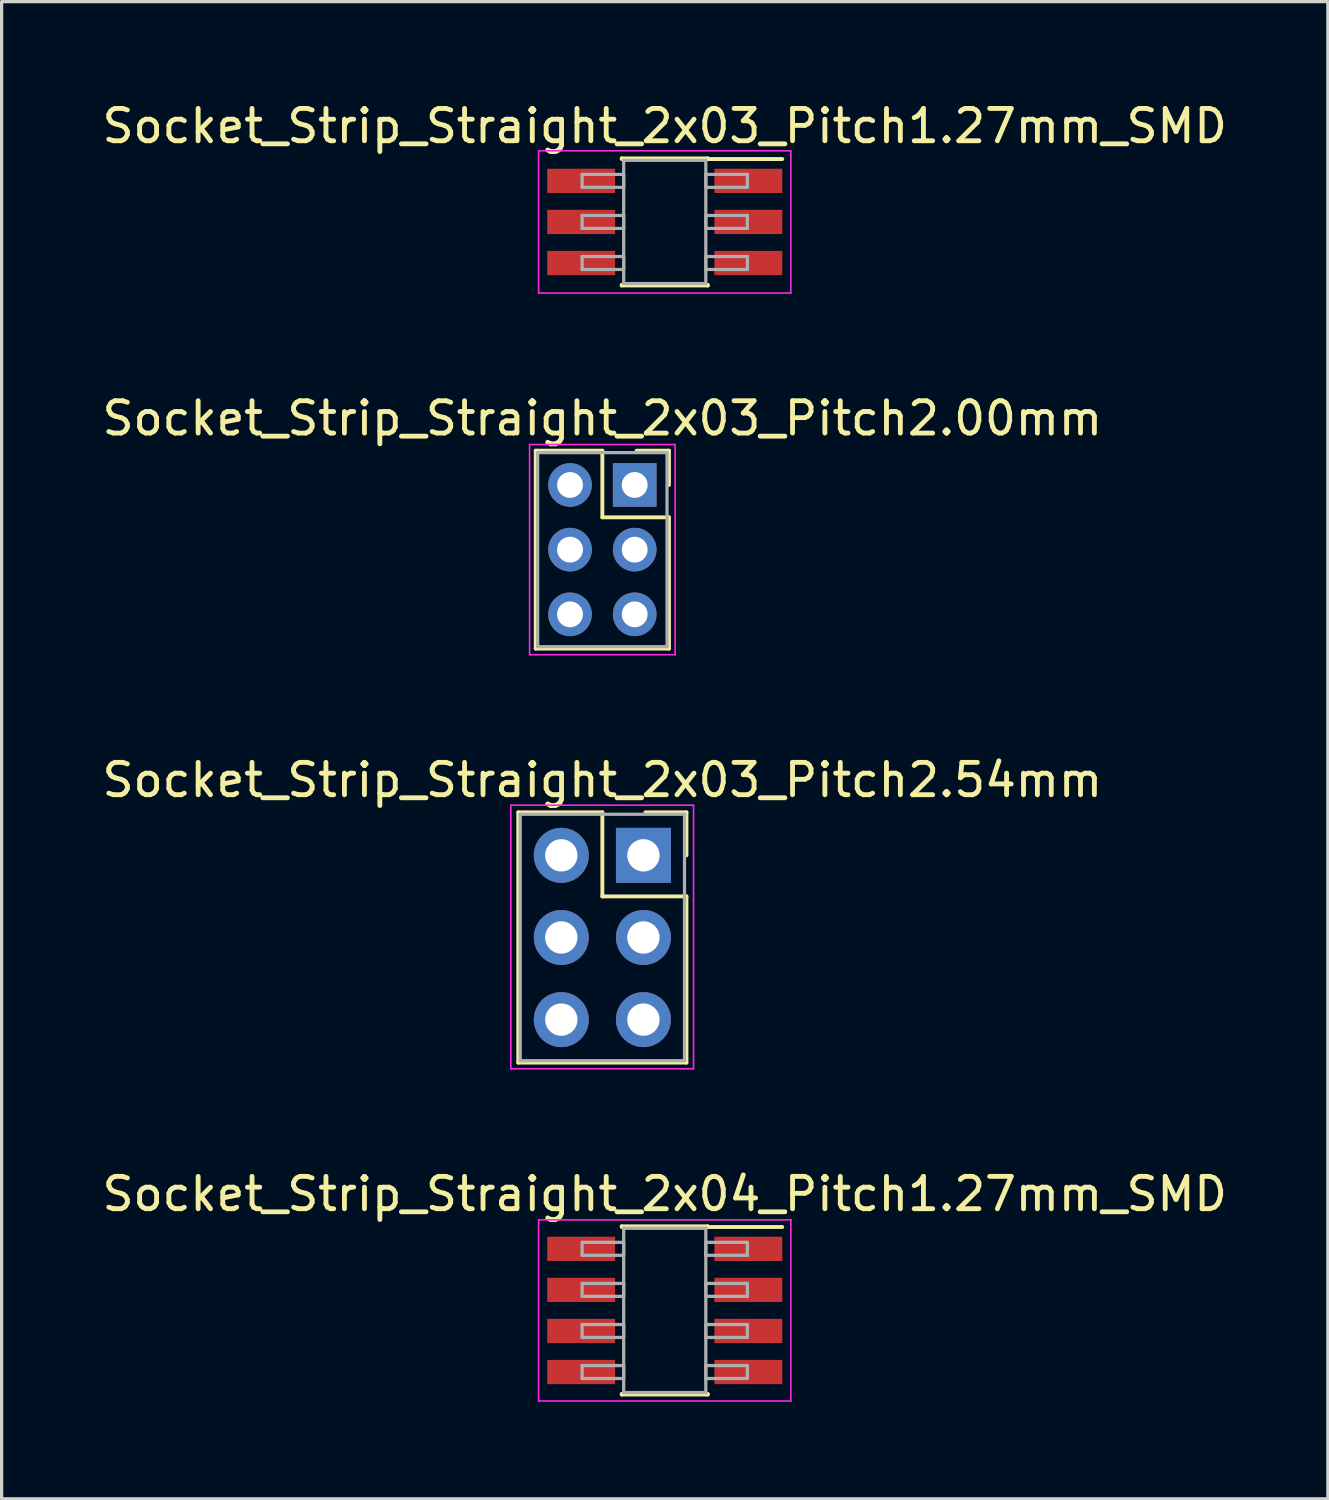
<source format=kicad_pcb>
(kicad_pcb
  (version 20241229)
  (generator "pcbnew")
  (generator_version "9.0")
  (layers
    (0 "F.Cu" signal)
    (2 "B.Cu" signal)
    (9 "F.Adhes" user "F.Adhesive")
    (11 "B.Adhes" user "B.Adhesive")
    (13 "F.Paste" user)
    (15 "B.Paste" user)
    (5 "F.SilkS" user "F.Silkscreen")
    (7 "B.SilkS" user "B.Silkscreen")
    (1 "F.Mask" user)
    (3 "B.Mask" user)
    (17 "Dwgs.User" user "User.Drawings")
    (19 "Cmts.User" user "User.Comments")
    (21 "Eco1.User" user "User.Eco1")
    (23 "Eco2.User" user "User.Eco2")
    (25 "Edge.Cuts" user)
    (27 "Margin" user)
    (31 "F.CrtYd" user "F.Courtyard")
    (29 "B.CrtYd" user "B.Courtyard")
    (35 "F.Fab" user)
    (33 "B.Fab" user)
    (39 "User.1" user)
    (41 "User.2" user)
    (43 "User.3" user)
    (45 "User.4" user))
  (footprint "Socket_Strip_Straight_2x03_Pitch1.27mm_SMD"
    (layer "F.Cu")
    (at 17.506 3.813)
    (property "Reference" "Socket_Strip_Straight_2x03_Pitch1.27mm_SMD" (at 0 -2.965 0) (layer "F.SilkS") (effects (font (size 1 1) (thickness 0.15))))
    (attr smd)
    (fp_line (start -1.33 -1.965) (end 1.33 -1.965) (stroke (width 0.12) (type solid)) (layer "F.SilkS"))
    (fp_line (start -1.33 -1.945) (end -1.33 -1.965) (stroke (width 0.12) (type solid)) (layer "F.SilkS"))
    (fp_line (start -1.33 1.945) (end -1.33 1.965) (stroke (width 0.12) (type solid)) (layer "F.SilkS"))
    (fp_line (start -1.33 1.965) (end 1.33 1.965) (stroke (width 0.12) (type solid)) (layer "F.SilkS"))
    (fp_line (start 1.33 -1.965) (end 1.33 -1.945) (stroke (width 0.12) (type solid)) (layer "F.SilkS"))
    (fp_line (start 1.33 1.965) (end 1.33 1.945) (stroke (width 0.12) (type solid)) (layer "F.SilkS"))
    (fp_line (start 3.635 -1.945) (end 1.33 -1.945) (stroke (width 0.12) (type solid)) (layer "F.SilkS"))
    (fp_line (start -3.9 -2.2) (end -3.9 2.2) (stroke (width 0.05) (type solid)) (layer "F.CrtYd"))
    (fp_line (start -3.9 2.2) (end 3.9 2.2) (stroke (width 0.05) (type solid)) (layer "F.CrtYd"))
    (fp_line (start 3.9 -2.2) (end -3.9 -2.2) (stroke (width 0.05) (type solid)) (layer "F.CrtYd"))
    (fp_line (start 3.9 2.2) (end 3.9 -2.2) (stroke (width 0.05) (type solid)) (layer "F.CrtYd"))
    (fp_line (start -2.555 -1.47) (end -1.27 -1.47) (stroke (width 0.1) (type solid)) (layer "F.Fab"))
    (fp_line (start -2.555 -1.07) (end -2.555 -1.47) (stroke (width 0.1) (type solid)) (layer "F.Fab"))
    (fp_line (start -2.555 -0.2) (end -1.27 -0.2) (stroke (width 0.1) (type solid)) (layer "F.Fab"))
    (fp_line (start -2.555 0.2) (end -2.555 -0.2) (stroke (width 0.1) (type solid)) (layer "F.Fab"))
    (fp_line (start -2.555 1.07) (end -1.27 1.07) (stroke (width 0.1) (type solid)) (layer "F.Fab"))
    (fp_line (start -2.555 1.47) (end -2.555 1.07) (stroke (width 0.1) (type solid)) (layer "F.Fab"))
    (fp_line (start -1.27 -1.905) (end -1.27 1.905) (stroke (width 0.1) (type solid)) (layer "F.Fab"))
    (fp_line (start -1.27 -1.47) (end -1.27 -1.07) (stroke (width 0.1) (type solid)) (layer "F.Fab"))
    (fp_line (start -1.27 -1.07) (end -2.555 -1.07) (stroke (width 0.1) (type solid)) (layer "F.Fab"))
    (fp_line (start -1.27 -0.2) (end -1.27 0.2) (stroke (width 0.1) (type solid)) (layer "F.Fab"))
    (fp_line (start -1.27 0.2) (end -2.555 0.2) (stroke (width 0.1) (type solid)) (layer "F.Fab"))
    (fp_line (start -1.27 1.07) (end -1.27 1.47) (stroke (width 0.1) (type solid)) (layer "F.Fab"))
    (fp_line (start -1.27 1.47) (end -2.555 1.47) (stroke (width 0.1) (type solid)) (layer "F.Fab"))
    (fp_line (start -1.27 1.905) (end 1.27 1.905) (stroke (width 0.1) (type solid)) (layer "F.Fab"))
    (fp_line (start 1.27 -1.905) (end -1.27 -1.905) (stroke (width 0.1) (type solid)) (layer "F.Fab"))
    (fp_line (start 1.27 -1.47) (end 1.27 -1.07) (stroke (width 0.1) (type solid)) (layer "F.Fab"))
    (fp_line (start 1.27 -1.07) (end 2.555 -1.07) (stroke (width 0.1) (type solid)) (layer "F.Fab"))
    (fp_line (start 1.27 -0.2) (end 1.27 0.2) (stroke (width 0.1) (type solid)) (layer "F.Fab"))
    (fp_line (start 1.27 0.2) (end 2.555 0.2) (stroke (width 0.1) (type solid)) (layer "F.Fab"))
    (fp_line (start 1.27 1.07) (end 1.27 1.47) (stroke (width 0.1) (type solid)) (layer "F.Fab"))
    (fp_line (start 1.27 1.47) (end 2.555 1.47) (stroke (width 0.1) (type solid)) (layer "F.Fab"))
    (fp_line (start 1.27 1.905) (end 1.27 -1.905) (stroke (width 0.1) (type solid)) (layer "F.Fab"))
    (fp_line (start 2.555 -1.47) (end 1.27 -1.47) (stroke (width 0.1) (type solid)) (layer "F.Fab"))
    (fp_line (start 2.555 -1.07) (end 2.555 -1.47) (stroke (width 0.1) (type solid)) (layer "F.Fab"))
    (fp_line (start 2.555 -0.2) (end 1.27 -0.2) (stroke (width 0.1) (type solid)) (layer "F.Fab"))
    (fp_line (start 2.555 0.2) (end 2.555 -0.2) (stroke (width 0.1) (type solid)) (layer "F.Fab"))
    (fp_line (start 2.555 1.07) (end 1.27 1.07) (stroke (width 0.1) (type solid)) (layer "F.Fab"))
    (fp_line (start 2.555 1.47) (end 2.555 1.07) (stroke (width 0.1) (type solid)) (layer "F.Fab"))
    (pad "1" smd rect (at 2.585 -1.27) (size 2.1 0.75) (layers "F.Cu" "F.Mask"))
    (pad "2" smd rect (at -2.585 -1.27) (size 2.1 0.75) (layers "F.Cu" "F.Mask"))
    (pad "3" smd rect (at 2.585 0) (size 2.1 0.75) (layers "F.Cu" "F.Mask"))
    (pad "4" smd rect (at -2.585 0) (size 2.1 0.75) (layers "F.Cu" "F.Mask"))
    (pad "5" smd rect (at 2.585 1.27) (size 2.1 0.75) (layers "F.Cu" "F.Mask"))
    (pad "6" smd rect (at -2.585 1.27) (size 2.1 0.75) (layers "F.Cu" "F.Mask")))
  (footprint "Socket_Strip_Straight_2x03_Pitch2.00mm"
    (layer "F.Cu")
    (at 16.577 11.947)
    (property "Reference" "Socket_Strip_Straight_2x03_Pitch2.00mm" (at -1 -2.06 0) (layer "F.SilkS") (effects (font (size 1 1) (thickness 0.15))))
    (attr through_hole)
    (fp_line (start -3.06 -1.06) (end -1 -1.06) (stroke (width 0.12) (type solid)) (layer "F.SilkS"))
    (fp_line (start -3.06 5.06) (end -3.06 -1.06) (stroke (width 0.12) (type solid)) (layer "F.SilkS"))
    (fp_line (start -1 -1.06) (end -1 1) (stroke (width 0.12) (type solid)) (layer "F.SilkS"))
    (fp_line (start -1 1) (end 1.06 1) (stroke (width 0.12) (type solid)) (layer "F.SilkS"))
    (fp_line (start 1.06 -1.06) (end 0.06 -1.06) (stroke (width 0.12) (type solid)) (layer "F.SilkS"))
    (fp_line (start 1.06 0) (end 1.06 -1.06) (stroke (width 0.12) (type solid)) (layer "F.SilkS"))
    (fp_line (start 1.06 1) (end 1.06 5.06) (stroke (width 0.12) (type solid)) (layer "F.SilkS"))
    (fp_line (start 1.06 5.06) (end -3.06 5.06) (stroke (width 0.12) (type solid)) (layer "F.SilkS"))
    (fp_line (start -3.25 -1.25) (end -3.25 5.25) (stroke (width 0.05) (type solid)) (layer "F.CrtYd"))
    (fp_line (start -3.25 5.25) (end 1.25 5.25) (stroke (width 0.05) (type solid)) (layer "F.CrtYd"))
    (fp_line (start 1.25 -1.25) (end -3.25 -1.25) (stroke (width 0.05) (type solid)) (layer "F.CrtYd"))
    (fp_line (start 1.25 5.25) (end 1.25 -1.25) (stroke (width 0.05) (type solid)) (layer "F.CrtYd"))
    (fp_line (start -3 -1) (end -3 5) (stroke (width 0.1) (type solid)) (layer "F.Fab"))
    (fp_line (start -3 5) (end 1 5) (stroke (width 0.1) (type solid)) (layer "F.Fab"))
    (fp_line (start 1 -1) (end -3 -1) (stroke (width 0.1) (type solid)) (layer "F.Fab"))
    (fp_line (start 1 5) (end 1 -1) (stroke (width 0.1) (type solid)) (layer "F.Fab"))
    (pad "1" thru_hole rect (at 0 0) (size 1.35 1.35) (drill 0.8) (layers "*.Cu" "*.Mask"))
    (pad "2" thru_hole oval (at -2 0) (size 1.35 1.35) (drill 0.8) (layers "*.Cu" "*.Mask"))
    (pad "3" thru_hole oval (at 0 2) (size 1.35 1.35) (drill 0.8) (layers "*.Cu" "*.Mask"))
    (pad "4" thru_hole oval (at -2 2) (size 1.35 1.35) (drill 0.8) (layers "*.Cu" "*.Mask"))
    (pad "5" thru_hole oval (at 0 4) (size 1.35 1.35) (drill 0.8) (layers "*.Cu" "*.Mask"))
    (pad "6" thru_hole oval (at -2 4) (size 1.35 1.35) (drill 0.8) (layers "*.Cu" "*.Mask")))
  (footprint "Socket_Strip_Straight_2x03_Pitch2.54mm"
    (layer "F.Cu")
    (at 16.847 23.4)
    (property "Reference" "Socket_Strip_Straight_2x03_Pitch2.54mm" (at -1.27 -2.33 0) (layer "F.SilkS") (effects (font (size 1 1) (thickness 0.15))))
    (attr through_hole)
    (fp_line (start -3.87 -1.33) (end -1.27 -1.33) (stroke (width 0.12) (type solid)) (layer "F.SilkS"))
    (fp_line (start -3.87 6.41) (end -3.87 -1.33) (stroke (width 0.12) (type solid)) (layer "F.SilkS"))
    (fp_line (start -1.27 -1.33) (end -1.27 1.27) (stroke (width 0.12) (type solid)) (layer "F.SilkS"))
    (fp_line (start -1.27 1.27) (end 1.33 1.27) (stroke (width 0.12) (type solid)) (layer "F.SilkS"))
    (fp_line (start 1.33 -1.33) (end 0.06 -1.33) (stroke (width 0.12) (type solid)) (layer "F.SilkS"))
    (fp_line (start 1.33 0) (end 1.33 -1.33) (stroke (width 0.12) (type solid)) (layer "F.SilkS"))
    (fp_line (start 1.33 1.27) (end 1.33 6.41) (stroke (width 0.12) (type solid)) (layer "F.SilkS"))
    (fp_line (start 1.33 6.41) (end -3.87 6.41) (stroke (width 0.12) (type solid)) (layer "F.SilkS"))
    (fp_line (start -4.1 -1.55) (end -4.1 6.6) (stroke (width 0.05) (type solid)) (layer "F.CrtYd"))
    (fp_line (start -4.1 6.6) (end 1.55 6.6) (stroke (width 0.05) (type solid)) (layer "F.CrtYd"))
    (fp_line (start 1.55 -1.55) (end -4.1 -1.55) (stroke (width 0.05) (type solid)) (layer "F.CrtYd"))
    (fp_line (start 1.55 6.6) (end 1.55 -1.55) (stroke (width 0.05) (type solid)) (layer "F.CrtYd"))
    (fp_line (start -3.81 -1.27) (end -3.81 6.35) (stroke (width 0.1) (type solid)) (layer "F.Fab"))
    (fp_line (start -3.81 6.35) (end 1.27 6.35) (stroke (width 0.1) (type solid)) (layer "F.Fab"))
    (fp_line (start 1.27 -1.27) (end -3.81 -1.27) (stroke (width 0.1) (type solid)) (layer "F.Fab"))
    (fp_line (start 1.27 6.35) (end 1.27 -1.27) (stroke (width 0.1) (type solid)) (layer "F.Fab"))
    (pad "1" thru_hole rect (at 0 0) (size 1.7 1.7) (drill 1) (layers "*.Cu" "*.Mask"))
    (pad "2" thru_hole oval (at -2.54 0) (size 1.7 1.7) (drill 1) (layers "*.Cu" "*.Mask"))
    (pad "3" thru_hole oval (at 0 2.54) (size 1.7 1.7) (drill 1) (layers "*.Cu" "*.Mask"))
    (pad "4" thru_hole oval (at -2.54 2.54) (size 1.7 1.7) (drill 1) (layers "*.Cu" "*.Mask"))
    (pad "5" thru_hole oval (at 0 5.08) (size 1.7 1.7) (drill 1) (layers "*.Cu" "*.Mask"))
    (pad "6" thru_hole oval (at -2.54 5.08) (size 1.7 1.7) (drill 1) (layers "*.Cu" "*.Mask")))
  (footprint "Socket_Strip_Straight_2x04_Pitch1.27mm_SMD"
    (layer "F.Cu")
    (at 17.506 37.473)
    (property "Reference" "Socket_Strip_Straight_2x04_Pitch1.27mm_SMD" (at 0 -3.6 0) (layer "F.SilkS") (effects (font (size 1 1) (thickness 0.15))))
    (attr smd)
    (fp_line (start -1.33 -2.6) (end 1.33 -2.6) (stroke (width 0.12) (type solid)) (layer "F.SilkS"))
    (fp_line (start -1.33 -2.58) (end -1.33 -2.6) (stroke (width 0.12) (type solid)) (layer "F.SilkS"))
    (fp_line (start -1.33 2.58) (end -1.33 2.6) (stroke (width 0.12) (type solid)) (layer "F.SilkS"))
    (fp_line (start -1.33 2.6) (end 1.33 2.6) (stroke (width 0.12) (type solid)) (layer "F.SilkS"))
    (fp_line (start 1.33 -2.6) (end 1.33 -2.58) (stroke (width 0.12) (type solid)) (layer "F.SilkS"))
    (fp_line (start 1.33 2.6) (end 1.33 2.58) (stroke (width 0.12) (type solid)) (layer "F.SilkS"))
    (fp_line (start 3.635 -2.58) (end 1.33 -2.58) (stroke (width 0.12) (type solid)) (layer "F.SilkS"))
    (fp_line (start -3.9 -2.8) (end -3.9 2.8) (stroke (width 0.05) (type solid)) (layer "F.CrtYd"))
    (fp_line (start -3.9 2.8) (end 3.9 2.8) (stroke (width 0.05) (type solid)) (layer "F.CrtYd"))
    (fp_line (start 3.9 -2.8) (end -3.9 -2.8) (stroke (width 0.05) (type solid)) (layer "F.CrtYd"))
    (fp_line (start 3.9 2.8) (end 3.9 -2.8) (stroke (width 0.05) (type solid)) (layer "F.CrtYd"))
    (fp_line (start -2.555 -2.105) (end -1.27 -2.105) (stroke (width 0.1) (type solid)) (layer "F.Fab"))
    (fp_line (start -2.555 -1.705) (end -2.555 -2.105) (stroke (width 0.1) (type solid)) (layer "F.Fab"))
    (fp_line (start -2.555 -0.835) (end -1.27 -0.835) (stroke (width 0.1) (type solid)) (layer "F.Fab"))
    (fp_line (start -2.555 -0.435) (end -2.555 -0.835) (stroke (width 0.1) (type solid)) (layer "F.Fab"))
    (fp_line (start -2.555 0.435) (end -1.27 0.435) (stroke (width 0.1) (type solid)) (layer "F.Fab"))
    (fp_line (start -2.555 0.835) (end -2.555 0.435) (stroke (width 0.1) (type solid)) (layer "F.Fab"))
    (fp_line (start -2.555 1.705) (end -1.27 1.705) (stroke (width 0.1) (type solid)) (layer "F.Fab"))
    (fp_line (start -2.555 2.105) (end -2.555 1.705) (stroke (width 0.1) (type solid)) (layer "F.Fab"))
    (fp_line (start -1.27 -2.54) (end -1.27 2.54) (stroke (width 0.1) (type solid)) (layer "F.Fab"))
    (fp_line (start -1.27 -2.105) (end -1.27 -1.705) (stroke (width 0.1) (type solid)) (layer "F.Fab"))
    (fp_line (start -1.27 -1.705) (end -2.555 -1.705) (stroke (width 0.1) (type solid)) (layer "F.Fab"))
    (fp_line (start -1.27 -0.835) (end -1.27 -0.435) (stroke (width 0.1) (type solid)) (layer "F.Fab"))
    (fp_line (start -1.27 -0.435) (end -2.555 -0.435) (stroke (width 0.1) (type solid)) (layer "F.Fab"))
    (fp_line (start -1.27 0.435) (end -1.27 0.835) (stroke (width 0.1) (type solid)) (layer "F.Fab"))
    (fp_line (start -1.27 0.835) (end -2.555 0.835) (stroke (width 0.1) (type solid)) (layer "F.Fab"))
    (fp_line (start -1.27 1.705) (end -1.27 2.105) (stroke (width 0.1) (type solid)) (layer "F.Fab"))
    (fp_line (start -1.27 2.105) (end -2.555 2.105) (stroke (width 0.1) (type solid)) (layer "F.Fab"))
    (fp_line (start -1.27 2.54) (end 1.27 2.54) (stroke (width 0.1) (type solid)) (layer "F.Fab"))
    (fp_line (start 1.27 -2.54) (end -1.27 -2.54) (stroke (width 0.1) (type solid)) (layer "F.Fab"))
    (fp_line (start 1.27 -2.105) (end 1.27 -1.705) (stroke (width 0.1) (type solid)) (layer "F.Fab"))
    (fp_line (start 1.27 -1.705) (end 2.555 -1.705) (stroke (width 0.1) (type solid)) (layer "F.Fab"))
    (fp_line (start 1.27 -0.835) (end 1.27 -0.435) (stroke (width 0.1) (type solid)) (layer "F.Fab"))
    (fp_line (start 1.27 -0.435) (end 2.555 -0.435) (stroke (width 0.1) (type solid)) (layer "F.Fab"))
    (fp_line (start 1.27 0.435) (end 1.27 0.835) (stroke (width 0.1) (type solid)) (layer "F.Fab"))
    (fp_line (start 1.27 0.835) (end 2.555 0.835) (stroke (width 0.1) (type solid)) (layer "F.Fab"))
    (fp_line (start 1.27 1.705) (end 1.27 2.105) (stroke (width 0.1) (type solid)) (layer "F.Fab"))
    (fp_line (start 1.27 2.105) (end 2.555 2.105) (stroke (width 0.1) (type solid)) (layer "F.Fab"))
    (fp_line (start 1.27 2.54) (end 1.27 -2.54) (stroke (width 0.1) (type solid)) (layer "F.Fab"))
    (fp_line (start 2.555 -2.105) (end 1.27 -2.105) (stroke (width 0.1) (type solid)) (layer "F.Fab"))
    (fp_line (start 2.555 -1.705) (end 2.555 -2.105) (stroke (width 0.1) (type solid)) (layer "F.Fab"))
    (fp_line (start 2.555 -0.835) (end 1.27 -0.835) (stroke (width 0.1) (type solid)) (layer "F.Fab"))
    (fp_line (start 2.555 -0.435) (end 2.555 -0.835) (stroke (width 0.1) (type solid)) (layer "F.Fab"))
    (fp_line (start 2.555 0.435) (end 1.27 0.435) (stroke (width 0.1) (type solid)) (layer "F.Fab"))
    (fp_line (start 2.555 0.835) (end 2.555 0.435) (stroke (width 0.1) (type solid)) (layer "F.Fab"))
    (fp_line (start 2.555 1.705) (end 1.27 1.705) (stroke (width 0.1) (type solid)) (layer "F.Fab"))
    (fp_line (start 2.555 2.105) (end 2.555 1.705) (stroke (width 0.1) (type solid)) (layer "F.Fab"))
    (pad "1" smd rect (at 2.585 -1.905) (size 2.1 0.75) (layers "F.Cu" "F.Mask"))
    (pad "2" smd rect (at -2.585 -1.905) (size 2.1 0.75) (layers "F.Cu" "F.Mask"))
    (pad "3" smd rect (at 2.585 -0.635) (size 2.1 0.75) (layers "F.Cu" "F.Mask"))
    (pad "4" smd rect (at -2.585 -0.635) (size 2.1 0.75) (layers "F.Cu" "F.Mask"))
    (pad "5" smd rect (at 2.585 0.635) (size 2.1 0.75) (layers "F.Cu" "F.Mask"))
    (pad "6" smd rect (at -2.585 0.635) (size 2.1 0.75) (layers "F.Cu" "F.Mask"))
    (pad "7" smd rect (at 2.585 1.905) (size 2.1 0.75) (layers "F.Cu" "F.Mask"))
    (pad "8" smd rect (at -2.585 1.905) (size 2.1 0.75) (layers "F.Cu" "F.Mask")))
  (gr_rect
    (start -3 -3)
    (end 38.012 43.298)
    (stroke (width 0.1) (type default))
    (fill no)
    (layer "Edge.Cuts")))
</source>
